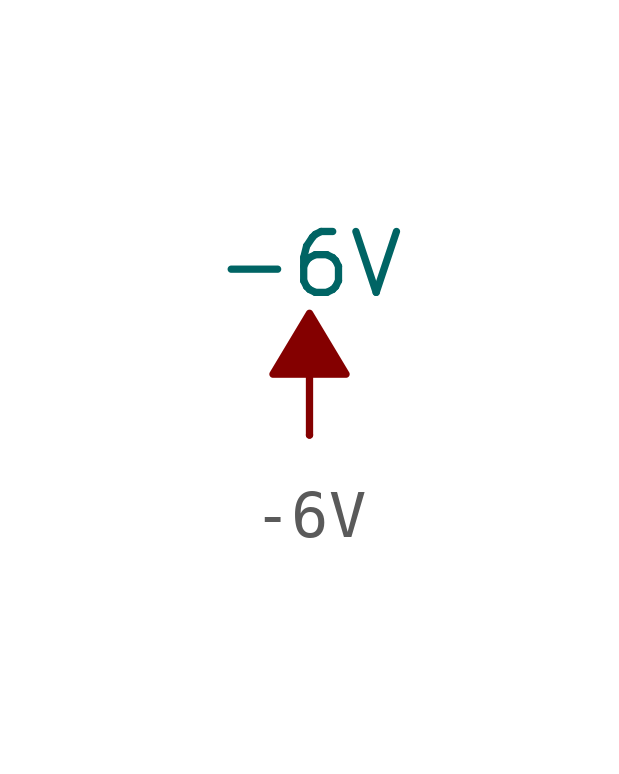
<source format=kicad_sym>
(kicad_symbol_lib
  (version 20241209)
  (generator "kicad_symbol_editor")
  (generator_version "9.0")
  (symbol "-6V"
    (power)
    (pin_numbers
      (hide yes))
    (pin_names
      (offset 0)
      (hide yes))
    (property "Reference" "#PWR"
      (at 0 -3.81 0)
      (effects (font (size 1.27 1.27)) (hide yes)))
    (property "Value" "-6V"
      (at 0 3.556 0)
      (effects (font (size 1.27 1.27))))
    (symbol "-6V_0_0"
      (pin power_in line (at 0 0 90) (length 0) (name "~" (effects (font (size 1.27 1.27)))) (number "1" (effects (font (size 1.27 1.27))))))
    (symbol "-6V_0_1"
      (polyline (pts (xy 0 0) (xy 0 1.27) (xy 0.762 1.27) (xy 0 2.54) (xy -0.762 1.27) (xy 0 1.27)) (stroke (width 0) (type default)) (fill (type outline))))))
</source>
